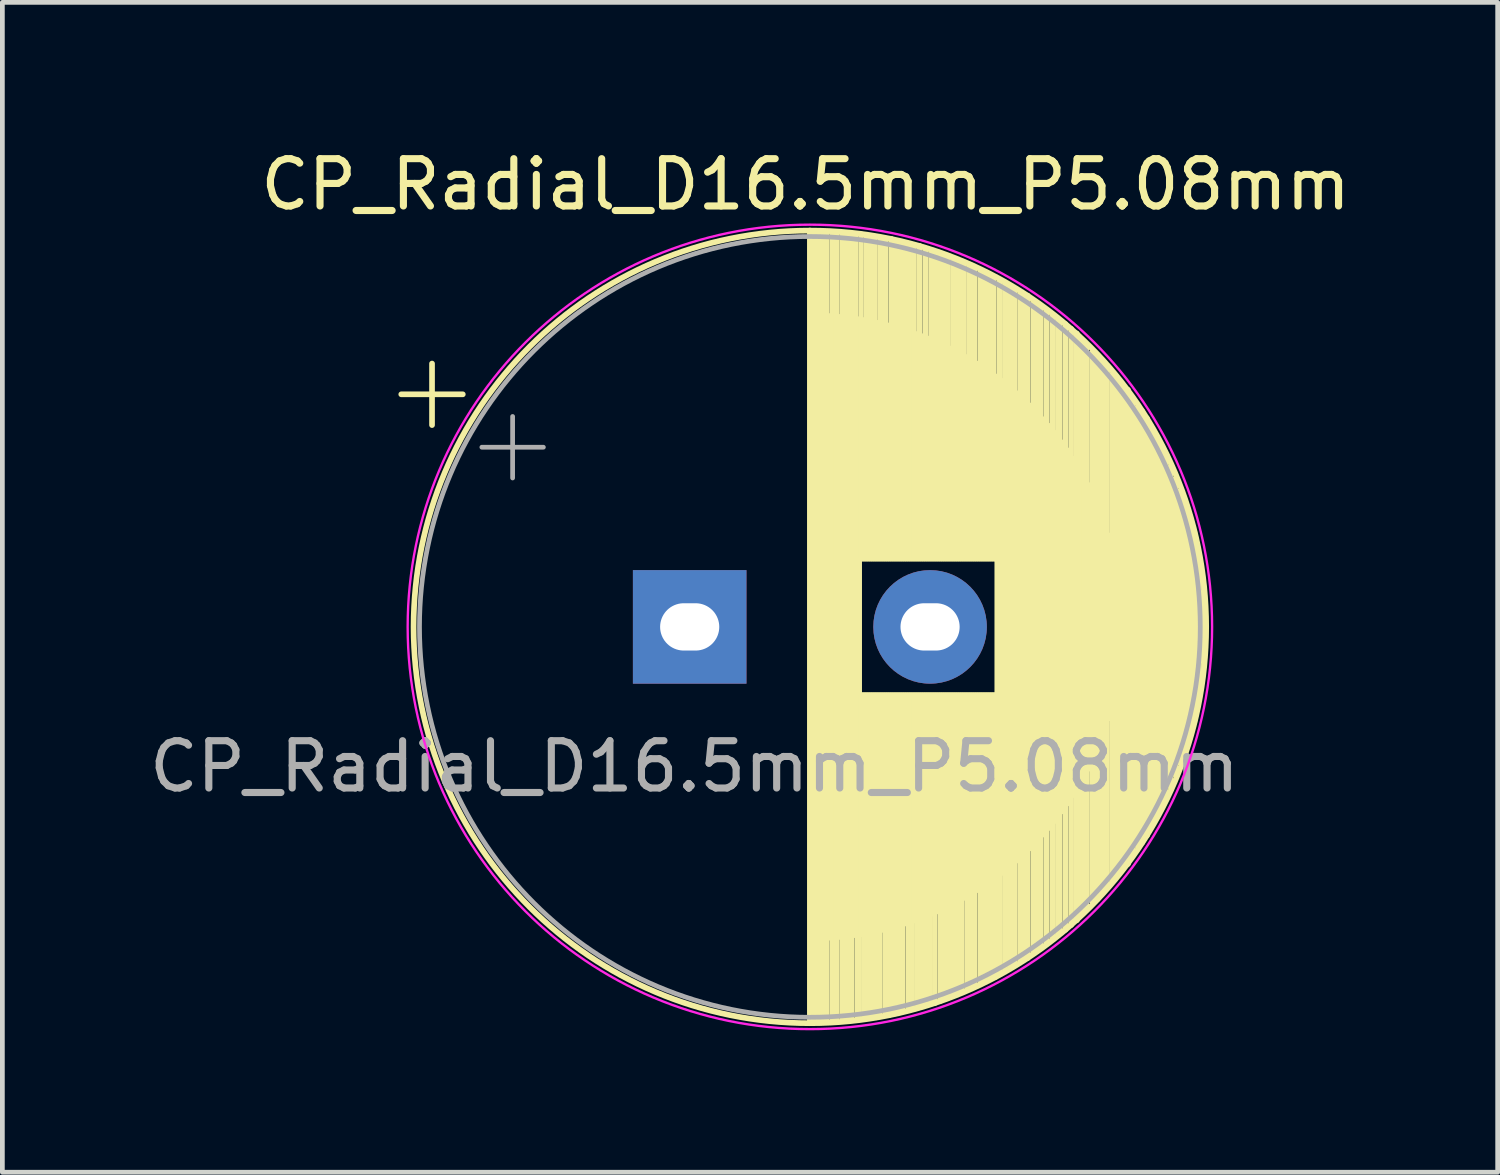
<source format=kicad_pcb>
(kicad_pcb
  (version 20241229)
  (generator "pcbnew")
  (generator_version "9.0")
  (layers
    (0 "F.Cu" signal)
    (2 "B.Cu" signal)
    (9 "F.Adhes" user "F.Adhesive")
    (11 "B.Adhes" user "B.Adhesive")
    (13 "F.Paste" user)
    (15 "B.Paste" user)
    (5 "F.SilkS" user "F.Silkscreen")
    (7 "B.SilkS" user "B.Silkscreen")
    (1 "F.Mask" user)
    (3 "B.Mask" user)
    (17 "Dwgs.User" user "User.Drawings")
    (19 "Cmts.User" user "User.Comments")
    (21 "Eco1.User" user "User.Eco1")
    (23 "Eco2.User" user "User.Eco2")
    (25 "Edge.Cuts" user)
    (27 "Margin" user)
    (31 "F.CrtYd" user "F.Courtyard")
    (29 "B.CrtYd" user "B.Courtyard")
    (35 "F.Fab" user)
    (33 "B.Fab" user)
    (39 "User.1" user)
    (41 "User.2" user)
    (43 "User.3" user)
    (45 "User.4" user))
  (footprint "CP_Radial_D16.5mm_P5.08mm"
    (layer "F.Cu")
    (at 11.525 10.198)
    (property "Reference" "CP_Radial_D16.5mm_P5.08mm" (at 2.45 -9.35 0) (layer "F.SilkS") (effects (font (size 1 1) (thickness 0.15))))
    (attr through_hole)
    (fp_line (start -6.095 -4.915) (end -4.795 -4.915) (stroke (width 0.12) (type solid)) (layer "F.SilkS"))
    (fp_line (start -5.445 -5.565) (end -5.445 -4.265) (stroke (width 0.12) (type solid)) (layer "F.SilkS"))
    (fp_line (start 2.54 -8.375) (end 2.54 8.375) (stroke (width 0.12) (type solid)) (layer "F.SilkS"))
    (fp_line (start 2.58 -6.58) (end 2.58 6.58) (stroke (width 0.12) (type solid)) (layer "F.SilkS"))
    (fp_line (start 2.62 -8.35) (end 2.62 8.35) (stroke (width 0.12) (type solid)) (layer "F.SilkS"))
    (fp_line (start 2.66 -8.35) (end 2.66 8.35) (stroke (width 0.12) (type solid)) (layer "F.SilkS"))
    (fp_line (start 2.7 -8.35) (end 2.7 8.35) (stroke (width 0.12) (type solid)) (layer "F.SilkS"))
    (fp_line (start 2.74 -6.577) (end 2.74 6.577) (stroke (width 0.12) (type solid)) (layer "F.SilkS"))
    (fp_line (start 2.78 -8.35) (end 2.78 8.35) (stroke (width 0.12) (type solid)) (layer "F.SilkS"))
    (fp_line (start 2.82 -8.3) (end 2.82 8.3) (stroke (width 0.12) (type solid)) (layer "F.SilkS"))
    (fp_line (start 2.86 -6.573) (end 2.86 6.573) (stroke (width 0.12) (type solid)) (layer "F.SilkS"))
    (fp_line (start 2.9 -8.3) (end 2.9 8.3) (stroke (width 0.12) (type solid)) (layer "F.SilkS"))
    (fp_line (start 2.94 -6.568) (end 2.94 6.568) (stroke (width 0.12) (type solid)) (layer "F.SilkS"))
    (fp_line (start 2.98 -6.566) (end 2.98 6.566) (stroke (width 0.12) (type solid)) (layer "F.SilkS"))
    (fp_line (start 3.02 -8.3) (end 3.02 8.3) (stroke (width 0.12) (type solid)) (layer "F.SilkS"))
    (fp_line (start 3.06 -6.56) (end 3.06 6.56) (stroke (width 0.12) (type solid)) (layer "F.SilkS"))
    (fp_line (start 3.1 -8.3) (end 3.1 8.3) (stroke (width 0.12) (type solid)) (layer "F.SilkS"))
    (fp_line (start 3.14 -6.553) (end 3.14 6.553) (stroke (width 0.12) (type solid)) (layer "F.SilkS"))
    (fp_line (start 3.18 -6.549) (end 3.18 6.549) (stroke (width 0.12) (type solid)) (layer "F.SilkS"))
    (fp_line (start 3.22 -8.3) (end 3.22 8.3) (stroke (width 0.12) (type solid)) (layer "F.SilkS"))
    (fp_line (start 3.261 -8.25) (end 3.261 8.25) (stroke (width 0.12) (type solid)) (layer "F.SilkS"))
    (fp_line (start 3.301 -6.537) (end 3.301 6.537) (stroke (width 0.12) (type solid)) (layer "F.SilkS"))
    (fp_line (start 3.341 -8.25) (end 3.341 8.25) (stroke (width 0.12) (type solid)) (layer "F.SilkS"))
    (fp_line (start 3.381 -6.527) (end 3.381 6.527) (stroke (width 0.12) (type solid)) (layer "F.SilkS"))
    (fp_line (start 3.421 -8.25) (end 3.421 8.25) (stroke (width 0.12) (type solid)) (layer "F.SilkS"))
    (fp_line (start 3.461 -6.516) (end 3.461 6.516) (stroke (width 0.12) (type solid)) (layer "F.SilkS"))
    (fp_line (start 3.501 -8.25) (end 3.501 6.511) (stroke (width 0.12) (type solid)) (layer "F.SilkS"))
    (fp_line (start 3.541 -6.505) (end 3.541 8.3) (stroke (width 0.12) (type solid)) (layer "F.SilkS"))
    (fp_line (start 3.581 -6.498) (end 3.581 8.25) (stroke (width 0.12) (type solid)) (layer "F.SilkS"))
    (fp_line (start 3.621 -8.25) (end 3.621 -1.44) (stroke (width 0.12) (type solid)) (layer "F.SilkS"))
    (fp_line (start 3.621 1.44) (end 3.621 6.492) (stroke (width 0.12) (type solid)) (layer "F.SilkS"))
    (fp_line (start 3.661 -6.485) (end 3.661 -1.44) (stroke (width 0.12) (type solid)) (layer "F.SilkS"))
    (fp_line (start 3.661 1.44) (end 3.661 6.485) (stroke (width 0.12) (type solid)) (layer "F.SilkS"))
    (fp_line (start 3.701 -6.478) (end 3.701 -1.44) (stroke (width 0.12) (type solid)) (layer "F.SilkS"))
    (fp_line (start 3.701 1.44) (end 3.701 8.25) (stroke (width 0.12) (type solid)) (layer "F.SilkS"))
    (fp_line (start 3.741 -8.25) (end 3.741 -1.44) (stroke (width 0.12) (type solid)) (layer "F.SilkS"))
    (fp_line (start 3.741 1.44) (end 3.741 6.471) (stroke (width 0.12) (type solid)) (layer "F.SilkS"))
    (fp_line (start 3.781 -6.463) (end 3.781 -1.44) (stroke (width 0.12) (type solid)) (layer "F.SilkS"))
    (fp_line (start 3.781 1.44) (end 3.781 8.25) (stroke (width 0.12) (type solid)) (layer "F.SilkS"))
    (fp_line (start 3.821 -8.25) (end 3.821 -1.44) (stroke (width 0.12) (type solid)) (layer "F.SilkS"))
    (fp_line (start 3.821 1.44) (end 3.821 6.456) (stroke (width 0.12) (type solid)) (layer "F.SilkS"))
    (fp_line (start 3.861 -6.448) (end 3.861 -1.44) (stroke (width 0.12) (type solid)) (layer "F.SilkS"))
    (fp_line (start 3.861 1.44) (end 3.861 8.25) (stroke (width 0.12) (type solid)) (layer "F.SilkS"))
    (fp_line (start 3.901 -8.25) (end 3.901 -1.44) (stroke (width 0.12) (type solid)) (layer "F.SilkS"))
    (fp_line (start 3.901 1.44) (end 3.901 6.439) (stroke (width 0.12) (type solid)) (layer "F.SilkS"))
    (fp_line (start 3.941 -6.431) (end 3.941 -1.44) (stroke (width 0.12) (type solid)) (layer "F.SilkS"))
    (fp_line (start 3.941 1.44) (end 3.941 8.25) (stroke (width 0.12) (type solid)) (layer "F.SilkS"))
    (fp_line (start 3.981 -6.422) (end 3.981 -1.44) (stroke (width 0.12) (type solid)) (layer "F.SilkS"))
    (fp_line (start 3.981 1.44) (end 3.981 6.422) (stroke (width 0.12) (type solid)) (layer "F.SilkS"))
    (fp_line (start 4.021 -8.2) (end 4.021 -1.44) (stroke (width 0.12) (type solid)) (layer "F.SilkS"))
    (fp_line (start 4.021 1.44) (end 4.021 8.2) (stroke (width 0.12) (type solid)) (layer "F.SilkS"))
    (fp_line (start 4.061 -8.2) (end 4.061 -1.44) (stroke (width 0.12) (type solid)) (layer "F.SilkS"))
    (fp_line (start 4.061 1.44) (end 4.061 6.404) (stroke (width 0.12) (type solid)) (layer "F.SilkS"))
    (fp_line (start 4.101 -8.2) (end 4.101 -1.44) (stroke (width 0.12) (type solid)) (layer "F.SilkS"))
    (fp_line (start 4.101 1.44) (end 4.101 6.394) (stroke (width 0.12) (type solid)) (layer "F.SilkS"))
    (fp_line (start 4.141 -8.2) (end 4.141 -1.44) (stroke (width 0.12) (type solid)) (layer "F.SilkS"))
    (fp_line (start 4.141 1.44) (end 4.141 8.2) (stroke (width 0.12) (type solid)) (layer "F.SilkS"))
    (fp_line (start 4.181 -6.374) (end 4.181 -1.44) (stroke (width 0.12) (type solid)) (layer "F.SilkS"))
    (fp_line (start 4.181 1.44) (end 4.181 6.374) (stroke (width 0.12) (type solid)) (layer "F.SilkS"))
    (fp_line (start 4.221 -6.364) (end 4.221 -1.44) (stroke (width 0.12) (type solid)) (layer "F.SilkS"))
    (fp_line (start 4.221 1.44) (end 4.221 8.2) (stroke (width 0.12) (type solid)) (layer "F.SilkS"))
    (fp_line (start 4.261 -8.2) (end 4.261 -1.44) (stroke (width 0.12) (type solid)) (layer "F.SilkS"))
    (fp_line (start 4.261 1.44) (end 4.261 6.353) (stroke (width 0.12) (type solid)) (layer "F.SilkS"))
    (fp_line (start 4.301 -6.342) (end 4.301 -1.44) (stroke (width 0.12) (type solid)) (layer "F.SilkS"))
    (fp_line (start 4.301 1.44) (end 4.301 8.15) (stroke (width 0.12) (type solid)) (layer "F.SilkS"))
    (fp_line (start 4.341 -8.15) (end 4.341 -1.44) (stroke (width 0.12) (type solid)) (layer "F.SilkS"))
    (fp_line (start 4.341 1.44) (end 4.341 6.331) (stroke (width 0.12) (type solid)) (layer "F.SilkS"))
    (fp_line (start 4.381 -6.32) (end 4.381 -1.44) (stroke (width 0.12) (type solid)) (layer "F.SilkS"))
    (fp_line (start 4.381 1.44) (end 4.381 8.15) (stroke (width 0.12) (type solid)) (layer "F.SilkS"))
    (fp_line (start 4.421 -8.15) (end 4.421 -1.44) (stroke (width 0.12) (type solid)) (layer "F.SilkS"))
    (fp_line (start 4.421 1.44) (end 4.421 8.15) (stroke (width 0.12) (type solid)) (layer "F.SilkS"))
    (fp_line (start 4.461 -6.296) (end 4.461 -1.44) (stroke (width 0.12) (type solid)) (layer "F.SilkS"))
    (fp_line (start 4.461 1.44) (end 4.461 6.296) (stroke (width 0.12) (type solid)) (layer "F.SilkS"))
    (fp_line (start 4.501 -8.1) (end 4.501 -1.44) (stroke (width 0.12) (type solid)) (layer "F.SilkS"))
    (fp_line (start 4.501 1.44) (end 4.501 8.1) (stroke (width 0.12) (type solid)) (layer "F.SilkS"))
    (fp_line (start 4.541 -6.271) (end 4.541 -1.44) (stroke (width 0.12) (type solid)) (layer "F.SilkS"))
    (fp_line (start 4.541 1.44) (end 4.541 6.271) (stroke (width 0.12) (type solid)) (layer "F.SilkS"))
    (fp_line (start 4.581 -8.1) (end 4.581 -1.44) (stroke (width 0.12) (type solid)) (layer "F.SilkS"))
    (fp_line (start 4.581 1.44) (end 4.581 6.258) (stroke (width 0.12) (type solid)) (layer "F.SilkS"))
    (fp_line (start 4.621 -6.245) (end 4.621 -1.44) (stroke (width 0.12) (type solid)) (layer "F.SilkS"))
    (fp_line (start 4.621 1.44) (end 4.621 8.1) (stroke (width 0.12) (type solid)) (layer "F.SilkS"))
    (fp_line (start 4.661 -8.075) (end 4.661 -1.44) (stroke (width 0.12) (type solid)) (layer "F.SilkS"))
    (fp_line (start 4.661 1.44) (end 4.661 6.232) (stroke (width 0.12) (type solid)) (layer "F.SilkS"))
    (fp_line (start 4.701 -6.218) (end 4.701 -1.44) (stroke (width 0.12) (type solid)) (layer "F.SilkS"))
    (fp_line (start 4.701 1.44) (end 4.701 8.05) (stroke (width 0.12) (type solid)) (layer "F.SilkS"))
    (fp_line (start 4.741 -8.075) (end 4.741 -1.44) (stroke (width 0.12) (type solid)) (layer "F.SilkS"))
    (fp_line (start 4.741 1.44) (end 4.741 6.204) (stroke (width 0.12) (type solid)) (layer "F.SilkS"))
    (fp_line (start 4.781 -6.19) (end 4.781 -1.44) (stroke (width 0.12) (type solid)) (layer "F.SilkS"))
    (fp_line (start 4.781 1.44) (end 4.781 6.19) (stroke (width 0.12) (type solid)) (layer "F.SilkS"))
    (fp_line (start 4.821 -6.175) (end 4.821 -1.44) (stroke (width 0.12) (type solid)) (layer "F.SilkS"))
    (fp_line (start 4.821 1.44) (end 4.821 8) (stroke (width 0.12) (type solid)) (layer "F.SilkS"))
    (fp_line (start 4.861 -8.05) (end 4.861 -1.44) (stroke (width 0.12) (type solid)) (layer "F.SilkS"))
    (fp_line (start 4.861 1.44) (end 4.861 6.161) (stroke (width 0.12) (type solid)) (layer "F.SilkS"))
    (fp_line (start 4.901 -6.146) (end 4.901 -1.44) (stroke (width 0.12) (type solid)) (layer "F.SilkS"))
    (fp_line (start 4.901 1.44) (end 4.901 7.95) (stroke (width 0.12) (type solid)) (layer "F.SilkS"))
    (fp_line (start 4.941 -6.13) (end 4.941 -1.44) (stroke (width 0.12) (type solid)) (layer "F.SilkS"))
    (fp_line (start 4.941 1.44) (end 4.941 6.13) (stroke (width 0.12) (type solid)) (layer "F.SilkS"))
    (fp_line (start 4.981 -8) (end 4.981 -1.44) (stroke (width 0.12) (type solid)) (layer "F.SilkS"))
    (fp_line (start 4.981 1.44) (end 4.981 7.95) (stroke (width 0.12) (type solid)) (layer "F.SilkS"))
    (fp_line (start 5.021 -6.098) (end 5.021 -1.44) (stroke (width 0.12) (type solid)) (layer "F.SilkS"))
    (fp_line (start 5.021 1.44) (end 5.021 6.098) (stroke (width 0.12) (type solid)) (layer "F.SilkS"))
    (fp_line (start 5.061 -6.082) (end 5.061 -1.44) (stroke (width 0.12) (type solid)) (layer "F.SilkS"))
    (fp_line (start 5.061 1.44) (end 5.061 7.95) (stroke (width 0.12) (type solid)) (layer "F.SilkS"))
    (fp_line (start 5.101 -7.95) (end 5.101 -1.44) (stroke (width 0.12) (type solid)) (layer "F.SilkS"))
    (fp_line (start 5.101 1.44) (end 5.101 6.065) (stroke (width 0.12) (type solid)) (layer "F.SilkS"))
    (fp_line (start 5.141 -6.049) (end 5.141 -1.44) (stroke (width 0.12) (type solid)) (layer "F.SilkS"))
    (fp_line (start 5.141 1.44) (end 5.141 6.049) (stroke (width 0.12) (type solid)) (layer "F.SilkS"))
    (fp_line (start 5.181 -7.9) (end 5.181 -1.44) (stroke (width 0.12) (type solid)) (layer "F.SilkS"))
    (fp_line (start 5.181 1.44) (end 5.181 7.95) (stroke (width 0.12) (type solid)) (layer "F.SilkS"))
    (fp_line (start 5.221 -6.014) (end 5.221 -1.44) (stroke (width 0.12) (type solid)) (layer "F.SilkS"))
    (fp_line (start 5.221 1.44) (end 5.221 6.014) (stroke (width 0.12) (type solid)) (layer "F.SilkS"))
    (fp_line (start 5.261 -7.9) (end 5.261 -1.44) (stroke (width 0.12) (type solid)) (layer "F.SilkS"))
    (fp_line (start 5.261 1.44) (end 5.261 5.996) (stroke (width 0.12) (type solid)) (layer "F.SilkS"))
    (fp_line (start 5.301 -7.8) (end 5.301 -1.44) (stroke (width 0.12) (type solid)) (layer "F.SilkS"))
    (fp_line (start 5.301 1.44) (end 5.301 7.9) (stroke (width 0.12) (type solid)) (layer "F.SilkS"))
    (fp_line (start 5.341 -5.959) (end 5.341 -1.44) (stroke (width 0.12) (type solid)) (layer "F.SilkS"))
    (fp_line (start 5.341 1.44) (end 5.341 5.959) (stroke (width 0.12) (type solid)) (layer "F.SilkS"))
    (fp_line (start 5.381 -7.8) (end 5.381 -1.44) (stroke (width 0.12) (type solid)) (layer "F.SilkS"))
    (fp_line (start 5.381 1.44) (end 5.381 7.85) (stroke (width 0.12) (type solid)) (layer "F.SilkS"))
    (fp_line (start 5.421 -5.921) (end 5.421 -1.44) (stroke (width 0.12) (type solid)) (layer "F.SilkS"))
    (fp_line (start 5.421 1.44) (end 5.421 5.921) (stroke (width 0.12) (type solid)) (layer "F.SilkS"))
    (fp_line (start 5.461 -7.8) (end 5.461 -1.44) (stroke (width 0.12) (type solid)) (layer "F.SilkS"))
    (fp_line (start 5.461 1.44) (end 5.461 7.8) (stroke (width 0.12) (type solid)) (layer "F.SilkS"))
    (fp_line (start 5.501 -5.882) (end 5.501 -1.44) (stroke (width 0.12) (type solid)) (layer "F.SilkS"))
    (fp_line (start 5.501 1.44) (end 5.501 5.882) (stroke (width 0.12) (type solid)) (layer "F.SilkS"))
    (fp_line (start 5.541 -5.862) (end 5.541 -1.44) (stroke (width 0.12) (type solid)) (layer "F.SilkS"))
    (fp_line (start 5.541 1.44) (end 5.541 7.8) (stroke (width 0.12) (type solid)) (layer "F.SilkS"))
    (fp_line (start 5.581 -7.75) (end 5.581 -1.44) (stroke (width 0.12) (type solid)) (layer "F.SilkS"))
    (fp_line (start 5.581 1.44) (end 5.581 5.841) (stroke (width 0.12) (type solid)) (layer "F.SilkS"))
    (fp_line (start 5.621 -7.75) (end 5.621 -1.44) (stroke (width 0.12) (type solid)) (layer "F.SilkS"))
    (fp_line (start 5.621 1.44) (end 5.621 7.75) (stroke (width 0.12) (type solid)) (layer "F.SilkS"))
    (fp_line (start 5.661 -5.799) (end 5.661 -1.44) (stroke (width 0.12) (type solid)) (layer "F.SilkS"))
    (fp_line (start 5.661 1.44) (end 5.661 7.75) (stroke (width 0.12) (type solid)) (layer "F.SilkS"))
    (fp_line (start 5.701 -7.7) (end 5.701 -1.44) (stroke (width 0.12) (type solid)) (layer "F.SilkS"))
    (fp_line (start 5.701 1.44) (end 5.701 5.778) (stroke (width 0.12) (type solid)) (layer "F.SilkS"))
    (fp_line (start 5.741 -5.756) (end 5.741 -1.44) (stroke (width 0.12) (type solid)) (layer "F.SilkS"))
    (fp_line (start 5.741 1.44) (end 5.741 7.7) (stroke (width 0.12) (type solid)) (layer "F.SilkS"))
    (fp_line (start 5.781 -7.7) (end 5.781 -1.44) (stroke (width 0.12) (type solid)) (layer "F.SilkS"))
    (fp_line (start 5.781 1.44) (end 5.781 5.733) (stroke (width 0.12) (type solid)) (layer "F.SilkS"))
    (fp_line (start 5.821 -5.711) (end 5.821 -1.44) (stroke (width 0.12) (type solid)) (layer "F.SilkS"))
    (fp_line (start 5.821 1.44) (end 5.821 5.711) (stroke (width 0.12) (type solid)) (layer "F.SilkS"))
    (fp_line (start 5.861 -5.688) (end 5.861 -1.44) (stroke (width 0.12) (type solid)) (layer "F.SilkS"))
    (fp_line (start 5.861 1.44) (end 5.861 7.65) (stroke (width 0.12) (type solid)) (layer "F.SilkS"))
    (fp_line (start 5.901 -7.65) (end 5.901 -1.44) (stroke (width 0.12) (type solid)) (layer "F.SilkS"))
    (fp_line (start 5.901 1.44) (end 5.901 5.664) (stroke (width 0.12) (type solid)) (layer "F.SilkS"))
    (fp_line (start 5.941 -5.641) (end 5.941 -1.44) (stroke (width 0.12) (type solid)) (layer "F.SilkS"))
    (fp_line (start 5.941 1.44) (end 5.941 7.6) (stroke (width 0.12) (type solid)) (layer "F.SilkS"))
    (fp_line (start 5.981 -7.6) (end 5.981 -1.44) (stroke (width 0.12) (type solid)) (layer "F.SilkS"))
    (fp_line (start 5.981 1.44) (end 5.981 5.617) (stroke (width 0.12) (type solid)) (layer "F.SilkS"))
    (fp_line (start 6.021 -7.6) (end 6.021 -1.44) (stroke (width 0.12) (type solid)) (layer "F.SilkS"))
    (fp_line (start 6.021 1.44) (end 6.021 7.55) (stroke (width 0.12) (type solid)) (layer "F.SilkS"))
    (fp_line (start 6.061 -5.567) (end 6.061 -1.44) (stroke (width 0.12) (type solid)) (layer "F.SilkS"))
    (fp_line (start 6.061 1.44) (end 6.061 5.567) (stroke (width 0.12) (type solid)) (layer "F.SilkS"))
    (fp_line (start 6.101 -5.542) (end 6.101 -1.44) (stroke (width 0.12) (type solid)) (layer "F.SilkS"))
    (fp_line (start 6.101 1.44) (end 6.101 5.542) (stroke (width 0.12) (type solid)) (layer "F.SilkS"))
    (fp_line (start 6.141 -7.5) (end 6.141 -1.44) (stroke (width 0.12) (type solid)) (layer "F.SilkS"))
    (fp_line (start 6.141 1.44) (end 6.141 7.55) (stroke (width 0.12) (type solid)) (layer "F.SilkS"))
    (fp_line (start 6.181 -5.49) (end 6.181 -1.44) (stroke (width 0.12) (type solid)) (layer "F.SilkS"))
    (fp_line (start 6.181 1.44) (end 6.181 5.49) (stroke (width 0.12) (type solid)) (layer "F.SilkS"))
    (fp_line (start 6.221 -7.45) (end 6.221 -1.44) (stroke (width 0.12) (type solid)) (layer "F.SilkS"))
    (fp_line (start 6.221 1.44) (end 6.221 7.5) (stroke (width 0.12) (type solid)) (layer "F.SilkS"))
    (fp_line (start 6.261 -5.436) (end 6.261 -1.44) (stroke (width 0.12) (type solid)) (layer "F.SilkS"))
    (fp_line (start 6.261 1.44) (end 6.261 5.436) (stroke (width 0.12) (type solid)) (layer "F.SilkS"))
    (fp_line (start 6.301 -7.4) (end 6.301 -1.44) (stroke (width 0.12) (type solid)) (layer "F.SilkS"))
    (fp_line (start 6.301 1.44) (end 6.301 7.4) (stroke (width 0.12) (type solid)) (layer "F.SilkS"))
    (fp_line (start 6.341 -7.4) (end 6.341 -1.44) (stroke (width 0.12) (type solid)) (layer "F.SilkS"))
    (fp_line (start 6.341 1.44) (end 6.341 5.381) (stroke (width 0.12) (type solid)) (layer "F.SilkS"))
    (fp_line (start 6.381 -5.353) (end 6.381 -1.44) (stroke (width 0.12) (type solid)) (layer "F.SilkS"))
    (fp_line (start 6.381 1.44) (end 6.381 7.4) (stroke (width 0.12) (type solid)) (layer "F.SilkS"))
    (fp_line (start 6.421 -7.4) (end 6.421 -1.44) (stroke (width 0.12) (type solid)) (layer "F.SilkS"))
    (fp_line (start 6.421 1.44) (end 6.421 5.324) (stroke (width 0.12) (type solid)) (layer "F.SilkS"))
    (fp_line (start 6.461 -5.295) (end 6.461 -1.44) (stroke (width 0.12) (type solid)) (layer "F.SilkS"))
    (fp_line (start 6.461 1.44) (end 6.461 7.4) (stroke (width 0.12) (type solid)) (layer "F.SilkS"))
    (fp_line (start 6.501 -5.265) (end 6.501 5.265) (stroke (width 0.12) (type solid)) (layer "F.SilkS"))
    (fp_line (start 6.541 -7.3) (end 6.541 7.3) (stroke (width 0.12) (type solid)) (layer "F.SilkS"))
    (fp_line (start 6.581 -5.205) (end 6.581 5.205) (stroke (width 0.12) (type solid)) (layer "F.SilkS"))
    (fp_line (start 6.621 -5.174) (end 6.621 5.174) (stroke (width 0.12) (type solid)) (layer "F.SilkS"))
    (fp_line (start 6.661 -7.25) (end 6.661 7.25) (stroke (width 0.12) (type solid)) (layer "F.SilkS"))
    (fp_line (start 6.701 -5.11) (end 6.701 5.11) (stroke (width 0.12) (type solid)) (layer "F.SilkS"))
    (fp_line (start 6.741 -7.15) (end 6.741 7.15) (stroke (width 0.12) (type solid)) (layer "F.SilkS"))
    (fp_line (start 6.781 -5.044) (end 6.781 5.044) (stroke (width 0.12) (type solid)) (layer "F.SilkS"))
    (fp_line (start 6.821 -7.15) (end 6.821 7.15) (stroke (width 0.12) (type solid)) (layer "F.SilkS"))
    (fp_line (start 6.861 -7.1) (end 6.861 7.1) (stroke (width 0.12) (type solid)) (layer "F.SilkS"))
    (fp_line (start 6.901 -4.942) (end 6.901 4.942) (stroke (width 0.12) (type solid)) (layer "F.SilkS"))
    (fp_line (start 6.941 -4.907) (end 6.941 4.907) (stroke (width 0.12) (type solid)) (layer "F.SilkS"))
    (fp_line (start 6.981 -7.05) (end 6.981 7.05) (stroke (width 0.12) (type solid)) (layer "F.SilkS"))
    (fp_line (start 7.021 -4.834) (end 7.021 4.834) (stroke (width 0.12) (type solid)) (layer "F.SilkS"))
    (fp_line (start 7.061 -7) (end 7.061 7) (stroke (width 0.12) (type solid)) (layer "F.SilkS"))
    (fp_line (start 7.101 -4.76) (end 7.101 4.76) (stroke (width 0.12) (type solid)) (layer "F.SilkS"))
    (fp_line (start 7.141 -7) (end 7.141 7) (stroke (width 0.12) (type solid)) (layer "F.SilkS"))
    (fp_line (start 7.181 -4.682) (end 7.181 4.682) (stroke (width 0.12) (type solid)) (layer "F.SilkS"))
    (fp_line (start 7.221 -4.643) (end 7.221 4.643) (stroke (width 0.12) (type solid)) (layer "F.SilkS"))
    (fp_line (start 7.261 -6.9) (end 7.261 6.9) (stroke (width 0.12) (type solid)) (layer "F.SilkS"))
    (fp_line (start 7.301 -4.561) (end 7.301 4.561) (stroke (width 0.12) (type solid)) (layer "F.SilkS"))
    (fp_line (start 7.341 -6.85) (end 7.341 6.85) (stroke (width 0.12) (type solid)) (layer "F.SilkS"))
    (fp_line (start 7.381 -4.477) (end 7.381 4.477) (stroke (width 0.12) (type solid)) (layer "F.SilkS"))
    (fp_line (start 7.421 -6.75) (end 7.421 6.75) (stroke (width 0.12) (type solid)) (layer "F.SilkS"))
    (fp_line (start 7.461 -4.39) (end 7.461 4.39) (stroke (width 0.12) (type solid)) (layer "F.SilkS"))
    (fp_line (start 7.501 -4.345) (end 7.501 4.345) (stroke (width 0.12) (type solid)) (layer "F.SilkS"))
    (fp_line (start 7.541 -6.7) (end 7.541 6.7) (stroke (width 0.12) (type solid)) (layer "F.SilkS"))
    (fp_line (start 7.581 -4.253) (end 7.581 4.253) (stroke (width 0.12) (type solid)) (layer "F.SilkS"))
    (fp_line (start 7.621 -4.205) (end 7.621 4.205) (stroke (width 0.12) (type solid)) (layer "F.SilkS"))
    (fp_line (start 7.661 -6.6) (end 7.661 6.6) (stroke (width 0.12) (type solid)) (layer "F.SilkS"))
    (fp_line (start 7.701 -4.108) (end 7.701 4.108) (stroke (width 0.12) (type solid)) (layer "F.SilkS"))
    (fp_line (start 7.741 -4.057) (end 7.741 4.057) (stroke (width 0.12) (type solid)) (layer "F.SilkS"))
    (fp_line (start 7.781 -6.5) (end 7.781 6.5) (stroke (width 0.12) (type solid)) (layer "F.SilkS"))
    (fp_line (start 7.821 -6.4) (end 7.821 6.4) (stroke (width 0.12) (type solid)) (layer "F.SilkS"))
    (fp_line (start 7.861 -3.9) (end 7.861 3.9) (stroke (width 0.12) (type solid)) (layer "F.SilkS"))
    (fp_line (start 7.901 -3.846) (end 7.901 3.846) (stroke (width 0.12) (type solid)) (layer "F.SilkS"))
    (fp_line (start 7.941 -6.4) (end 7.941 6.4) (stroke (width 0.12) (type solid)) (layer "F.SilkS"))
    (fp_line (start 7.981 -3.733) (end 7.981 3.733) (stroke (width 0.12) (type solid)) (layer "F.SilkS"))
    (fp_line (start 8.021 -3.675) (end 8.021 3.675) (stroke (width 0.12) (type solid)) (layer "F.SilkS"))
    (fp_line (start 8.061 -6.3) (end 8.061 6.3) (stroke (width 0.12) (type solid)) (layer "F.SilkS"))
    (fp_line (start 8.101 -3.554) (end 8.101 3.554) (stroke (width 0.12) (type solid)) (layer "F.SilkS"))
    (fp_line (start 8.141 -3.491) (end 8.141 3.491) (stroke (width 0.12) (type solid)) (layer "F.SilkS"))
    (fp_line (start 8.181 -6.2) (end 8.181 6.2) (stroke (width 0.12) (type solid)) (layer "F.SilkS"))
    (fp_line (start 8.221 -3.361) (end 8.221 3.361) (stroke (width 0.12) (type solid)) (layer "F.SilkS"))
    (fp_line (start 8.261 -6.05) (end 8.261 6.05) (stroke (width 0.12) (type solid)) (layer "F.SilkS"))
    (fp_line (start 8.301 -3.223) (end 8.301 3.223) (stroke (width 0.12) (type solid)) (layer "F.SilkS"))
    (fp_line (start 8.341 -6) (end 8.341 6) (stroke (width 0.12) (type solid)) (layer "F.SilkS"))
    (fp_line (start 8.381 -5.9) (end 8.381 5.9) (stroke (width 0.12) (type solid)) (layer "F.SilkS"))
    (fp_line (start 8.421 -3.002) (end 8.421 3.002) (stroke (width 0.12) (type solid)) (layer "F.SilkS"))
    (fp_line (start 8.461 -2.923) (end 8.461 2.923) (stroke (width 0.12) (type solid)) (layer "F.SilkS"))
    (fp_line (start 8.501 -5.8) (end 8.501 5.8) (stroke (width 0.12) (type solid)) (layer "F.SilkS"))
    (fp_line (start 8.541 -2.758) (end 8.541 2.758) (stroke (width 0.12) (type solid)) (layer "F.SilkS"))
    (fp_line (start 8.581 -5.7) (end 8.581 5.7) (stroke (width 0.12) (type solid)) (layer "F.SilkS"))
    (fp_line (start 8.621 -5.72) (end 8.621 5.75) (stroke (width 0.12) (type solid)) (layer "F.SilkS"))
    (fp_line (start 8.661 -2.484) (end 8.661 2.484) (stroke (width 0.12) (type solid)) (layer "F.SilkS"))
    (fp_line (start 8.701 -5.6) (end 8.701 5.6) (stroke (width 0.12) (type solid)) (layer "F.SilkS"))
    (fp_line (start 8.741 -5.5) (end 8.741 5.5) (stroke (width 0.12) (type solid)) (layer "F.SilkS"))
    (fp_line (start 8.781 -2.171) (end 8.781 2.171) (stroke (width 0.12) (type solid)) (layer "F.SilkS"))
    (fp_line (start 8.821 -5.45) (end 8.821 5.45) (stroke (width 0.12) (type solid)) (layer "F.SilkS"))
    (fp_line (start 8.861 -1.931) (end 8.861 1.931) (stroke (width 0.12) (type solid)) (layer "F.SilkS"))
    (fp_line (start 8.901 -1.798) (end 8.901 1.798) (stroke (width 0.12) (type solid)) (layer "F.SilkS"))
    (fp_line (start 8.941 -5.35) (end 8.941 5.35) (stroke (width 0.12) (type solid)) (layer "F.SilkS"))
    (fp_line (start 8.981 -5.3) (end 8.981 5.3) (stroke (width 0.12) (type solid)) (layer "F.SilkS"))
    (fp_line (start 9.021 -1.315) (end 9.021 1.315) (stroke (width 0.12) (type solid)) (layer "F.SilkS"))
    (fp_line (start 9.061 -5.2) (end 9.061 5.2) (stroke (width 0.12) (type solid)) (layer "F.SilkS"))
    (fp_line (start 9.101 -0.85) (end 9.101 0.85) (stroke (width 0.12) (type solid)) (layer "F.SilkS"))
    (fp_line (start 9.141 -5.1) (end 9.141 5.1) (stroke (width 0.12) (type solid)) (layer "F.SilkS"))
    (fp_line (start 9.25 -5) (end 9.25 5) (stroke (width 0.15) (type solid)) (layer "F.SilkS"))
    (fp_line (start 9.35 -4.8) (end 9.35 4.8) (stroke (width 0.15) (type solid)) (layer "F.SilkS"))
    (fp_line (start 9.45 -4.6) (end 9.45 4.6) (stroke (width 0.15) (type solid)) (layer "F.SilkS"))
    (fp_line (start 9.55 -4.55) (end 9.55 4.55) (stroke (width 0.15) (type solid)) (layer "F.SilkS"))
    (fp_line (start 9.65 -4.4) (end 9.65 4.4) (stroke (width 0.15) (type solid)) (layer "F.SilkS"))
    (fp_line (start 9.75 -4.2) (end 9.75 4.2) (stroke (width 0.15) (type solid)) (layer "F.SilkS"))
    (fp_line (start 9.85 -4) (end 9.85 4) (stroke (width 0.15) (type solid)) (layer "F.SilkS"))
    (fp_line (start 9.95 3.8) (end 9.95 -3.8) (stroke (width 0.15) (type solid)) (layer "F.SilkS"))
    (fp_line (start 10.05 -3.6) (end 10.05 3.6) (stroke (width 0.15) (type solid)) (layer "F.SilkS"))
    (fp_line (start 10.15 -3.35) (end 10.15 3.35) (stroke (width 0.15) (type solid)) (layer "F.SilkS"))
    (fp_line (start 10.25 -3.1) (end 10.25 3.1) (stroke (width 0.15) (type solid)) (layer "F.SilkS"))
    (fp_line (start 10.35 -2.85) (end 10.35 2.85) (stroke (width 0.15) (type solid)) (layer "F.SilkS"))
    (fp_line (start 10.45 -2.6) (end 10.45 2.6) (stroke (width 0.15) (type solid)) (layer "F.SilkS"))
    (fp_line (start 10.55 -2.35) (end 10.55 2.35) (stroke (width 0.15) (type solid)) (layer "F.SilkS"))
    (fp_line (start 10.65 -2) (end 10.65 2) (stroke (width 0.15) (type solid)) (layer "F.SilkS"))
    (fp_line (start 10.7 -1.5) (end 10.7 1.5) (stroke (width 0.15) (type solid)) (layer "F.SilkS"))
    (fp_line (start 10.75 -1.5) (end 10.75 1.5) (stroke (width 0.15) (type solid)) (layer "F.SilkS"))
    (fp_line (start 10.8 -0.7) (end 10.8 0.7) (stroke (width 0.15) (type solid)) (layer "F.SilkS"))
    (fp_circle (center 2.54 0) (end 10.915 0) (stroke (width 0.12) (type solid)) (fill no) (layer "F.SilkS"))
    (fp_circle (center 2.54 0) (end 11.04 0) (stroke (width 0.05) (type solid)) (fill no) (layer "F.CrtYd"))
    (fp_line (start -4.392 -3.797) (end -3.092 -3.797) (stroke (width 0.1) (type solid)) (layer "F.Fab"))
    (fp_line (start -3.742 -4.447) (end -3.742 -3.147) (stroke (width 0.1) (type solid)) (layer "F.Fab"))
    (fp_circle (center 2.54 0) (end 10.79 0) (stroke (width 0.1) (type solid)) (fill no) (layer "F.Fab"))
    (fp_text user "${REFERENCE}" (at 0.1 2.95 0) (layer "F.Fab") (effects (font (size 1 1) (thickness 0.15))))
    (pad "1" thru_hole rect (at 0 0) (size 2.4 2.4) (drill oval 1.25 1) (layers "*.Cu" "*.Mask"))
    (pad "2" thru_hole circle (at 5.08 0) (size 2.4 2.4) (drill oval 1.25 1) (layers "*.Cu" "*.Mask")))
  (gr_rect
    (start -3 -3)
    (end 28.6 21.723)
    (stroke (width 0.1) (type default))
    (fill no)
    (layer "Edge.Cuts")))
</source>
